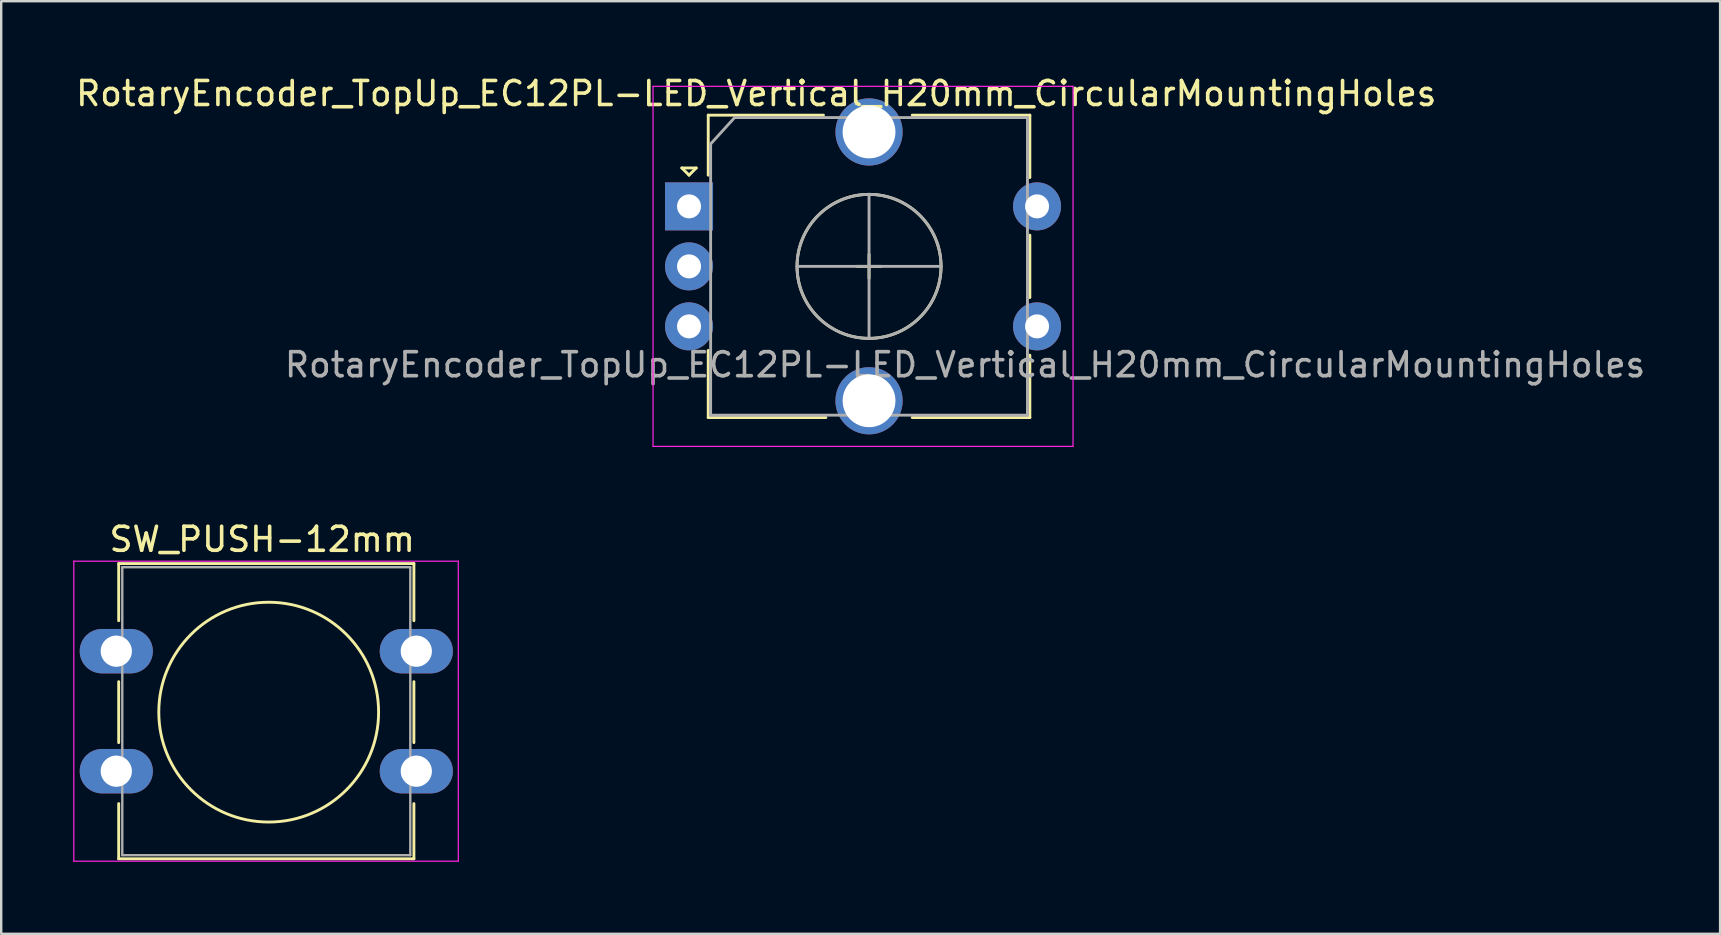
<source format=kicad_pcb>
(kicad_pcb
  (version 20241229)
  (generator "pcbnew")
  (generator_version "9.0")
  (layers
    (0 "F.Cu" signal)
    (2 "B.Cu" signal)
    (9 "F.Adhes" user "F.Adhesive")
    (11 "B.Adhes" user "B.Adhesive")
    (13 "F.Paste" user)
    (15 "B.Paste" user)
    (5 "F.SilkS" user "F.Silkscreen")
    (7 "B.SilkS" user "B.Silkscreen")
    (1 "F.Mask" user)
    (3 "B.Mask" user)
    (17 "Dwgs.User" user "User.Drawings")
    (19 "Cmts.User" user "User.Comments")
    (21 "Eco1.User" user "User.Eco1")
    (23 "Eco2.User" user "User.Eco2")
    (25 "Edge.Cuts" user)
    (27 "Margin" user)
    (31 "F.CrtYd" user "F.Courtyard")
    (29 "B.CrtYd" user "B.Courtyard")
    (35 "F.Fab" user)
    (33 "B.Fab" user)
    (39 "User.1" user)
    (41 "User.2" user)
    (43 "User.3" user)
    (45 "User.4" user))
  (footprint "SW_PUSH-12mm"
    (layer "F.Cu")
    (at 1.795 24.081)
    (property "Reference" "SW_PUSH-12mm" (at 6.08 -4.66 0) (layer "F.SilkS") (effects (font (size 1 1) (thickness 0.15))))
    (attr through_hole)
    (fp_line (start 0.1 -3.65) (end 12.4 -3.65) (stroke (width 0.12) (type solid)) (layer "F.SilkS"))
    (fp_line (start 0.1 -1.27) (end 0.1 -3.65) (stroke (width 0.12) (type solid)) (layer "F.SilkS"))
    (fp_line (start 0.1 3.81) (end 0.1 1.27) (stroke (width 0.12) (type solid)) (layer "F.SilkS"))
    (fp_line (start 0.1 8.65) (end 0.1 6.35) (stroke (width 0.12) (type solid)) (layer "F.SilkS"))
    (fp_line (start 12.4 -3.65) (end 12.4 -1.27) (stroke (width 0.12) (type solid)) (layer "F.SilkS"))
    (fp_line (start 12.4 1.27) (end 12.4 3.81) (stroke (width 0.12) (type solid)) (layer "F.SilkS"))
    (fp_line (start 12.4 6.35) (end 12.4 8.65) (stroke (width 0.12) (type solid)) (layer "F.SilkS"))
    (fp_line (start 12.4 8.65) (end 0.1 8.65) (stroke (width 0.12) (type solid)) (layer "F.SilkS"))
    (fp_circle (center 6.35 2.54) (end 10.16 5.08) (stroke (width 0.12) (type solid)) (fill no) (layer "F.SilkS"))
    (fp_line (start -1.77 -3.75) (end -1.77 8.75) (stroke (width 0.05) (type solid)) (layer "F.CrtYd"))
    (fp_line (start -1.77 -3.75) (end 14.25 -3.75) (stroke (width 0.05) (type solid)) (layer "F.CrtYd"))
    (fp_line (start 14.25 8.75) (end -1.77 8.75) (stroke (width 0.05) (type solid)) (layer "F.CrtYd"))
    (fp_line (start 14.25 8.75) (end 14.25 -3.75) (stroke (width 0.05) (type solid)) (layer "F.CrtYd"))
    (fp_line (start 0.25 -3.5) (end 0.25 8.5) (stroke (width 0.1) (type solid)) (layer "F.Fab"))
    (fp_line (start 0.25 -3.5) (end 12.25 -3.5) (stroke (width 0.1) (type solid)) (layer "F.Fab"))
    (fp_line (start 0.25 8.5) (end 12.25 8.5) (stroke (width 0.1) (type solid)) (layer "F.Fab"))
    (fp_line (start 12.25 -3.5) (end 12.25 8.5) (stroke (width 0.1) (type solid)) (layer "F.Fab"))
    (pad "1" thru_hole oval (at 0 0) (size 3.048 1.85) (drill 1.3) (layers "*.Cu" "*.Mask"))
    (pad "1" thru_hole oval (at 12.5 0) (size 3.048 1.85) (drill 1.3) (layers "*.Cu" "*.Mask"))
    (pad "2" thru_hole oval (at 0 5) (size 3.048 1.85) (drill 1.3) (layers "*.Cu" "*.Mask"))
    (pad "2" thru_hole oval (at 12.5 5) (size 3.048 1.85) (drill 1.3) (layers "*.Cu" "*.Mask")))
  (footprint "RotaryEncoder_TopUp_EC12PL-LED_Vertical_H20mm_CircularMountingHoles"
    (layer "F.Cu")
    (at 25.658 5.548)
    (property "Reference" "RotaryEncoder_TopUp_EC12PL-LED_Vertical_H20mm_CircularMountingHoles" (at 2.8 -4.7 0) (layer "F.SilkS") (effects (font (size 1 1) (thickness 0.15))))
    (attr through_hole)
    (fp_line (start -0.3 -1.6) (end 0.3 -1.6) (stroke (width 0.12) (type solid)) (layer "F.SilkS"))
    (fp_line (start 0 -1.3) (end -0.3 -1.6) (stroke (width 0.12) (type solid)) (layer "F.SilkS"))
    (fp_line (start 0.3 -1.6) (end 0 -1.3) (stroke (width 0.12) (type solid)) (layer "F.SilkS"))
    (fp_line (start 0.8 -3.8) (end 0.8 -1.3) (stroke (width 0.12) (type solid)) (layer "F.SilkS"))
    (fp_line (start 0.8 8.8) (end 0.8 6) (stroke (width 0.12) (type solid)) (layer "F.SilkS"))
    (fp_line (start 5.6 -3.8) (end 0.8 -3.8) (stroke (width 0.12) (type solid)) (layer "F.SilkS"))
    (fp_line (start 5.7 8.8) (end 0.8 8.8) (stroke (width 0.12) (type solid)) (layer "F.SilkS"))
    (fp_line (start 7 2.5) (end 8 2.5) (stroke (width 0.12) (type solid)) (layer "F.SilkS"))
    (fp_line (start 7.5 2) (end 7.5 3) (stroke (width 0.12) (type solid)) (layer "F.SilkS"))
    (fp_line (start 9.3 -3.8) (end 14.2 -3.8) (stroke (width 0.12) (type solid)) (layer "F.SilkS"))
    (fp_line (start 14.2 -3.8) (end 14.2 -1.2) (stroke (width 0.12) (type solid)) (layer "F.SilkS"))
    (fp_line (start 14.2 1.2) (end 14.2 3.8) (stroke (width 0.12) (type solid)) (layer "F.SilkS"))
    (fp_line (start 14.2 6.2) (end 14.2 8.8) (stroke (width 0.12) (type solid)) (layer "F.SilkS"))
    (fp_line (start 14.2 8.8) (end 9.3 8.8) (stroke (width 0.12) (type solid)) (layer "F.SilkS"))
    (fp_circle (center 7.5 2.5) (end 10.5 2.5) (stroke (width 0.12) (type solid)) (fill no) (layer "F.SilkS"))
    (fp_line (start -1.5 -5) (end -1.5 10) (stroke (width 0.05) (type solid)) (layer "F.CrtYd"))
    (fp_line (start -1.5 -5) (end 16 -5) (stroke (width 0.05) (type solid)) (layer "F.CrtYd"))
    (fp_line (start 16 10) (end -1.5 10) (stroke (width 0.05) (type solid)) (layer "F.CrtYd"))
    (fp_line (start 16 10) (end 16 -5) (stroke (width 0.05) (type solid)) (layer "F.CrtYd"))
    (fp_line (start 0.9 -2.6) (end 1.9 -3.7) (stroke (width 0.12) (type solid)) (layer "F.Fab"))
    (fp_line (start 0.9 8.7) (end 0.9 -2.6) (stroke (width 0.12) (type solid)) (layer "F.Fab"))
    (fp_line (start 1.9 -3.7) (end 14.1 -3.7) (stroke (width 0.12) (type solid)) (layer "F.Fab"))
    (fp_line (start 4.5 2.5) (end 10.5 2.5) (stroke (width 0.12) (type solid)) (layer "F.Fab"))
    (fp_line (start 7.5 -0.5) (end 7.5 5.5) (stroke (width 0.12) (type solid)) (layer "F.Fab"))
    (fp_line (start 14.1 -3.7) (end 14.1 8.7) (stroke (width 0.12) (type solid)) (layer "F.Fab"))
    (fp_line (start 14.1 8.7) (end 0.9 8.7) (stroke (width 0.12) (type solid)) (layer "F.Fab"))
    (fp_circle (center 7.5 2.5) (end 10.5 2.5) (stroke (width 0.12) (type solid)) (fill no) (layer "F.Fab"))
    (fp_text user "${REFERENCE}" (at 11.5 6.6 0) (layer "F.Fab") (effects (font (size 1 1) (thickness 0.15))))
    (pad "A" thru_hole rect (at 0 0) (size 2 2) (drill 1) (layers "*.Cu" "*.Mask"))
    (pad "B" thru_hole circle (at 0 5) (size 2 2) (drill 1) (layers "*.Cu" "*.Mask"))
    (pad "C" thru_hole circle (at 0 2.5) (size 2 2) (drill 1) (layers "*.Cu" "*.Mask"))
    (pad "L1" thru_hole circle (at 14.5 0) (size 2 2) (drill 1) (layers "*.Cu" "*.Mask"))
    (pad "L2" thru_hole circle (at 14.5 5) (size 2 2) (drill 1) (layers "*.Cu" "*.Mask"))
    (pad "MP" thru_hole circle (at 7.5 -3.1) (size 2.8 2.8) (drill 2.2) (layers "*.Cu" "*.Mask"))
    (pad "MP" thru_hole circle (at 7.5 8.1) (size 2.8 2.8) (drill 2.2) (layers "*.Cu" "*.Mask")))
  (gr_rect
    (start -3 -3)
    (end 68.617 35.856)
    (stroke (width 0.1) (type default))
    (fill no)
    (layer "Edge.Cuts")))
</source>
